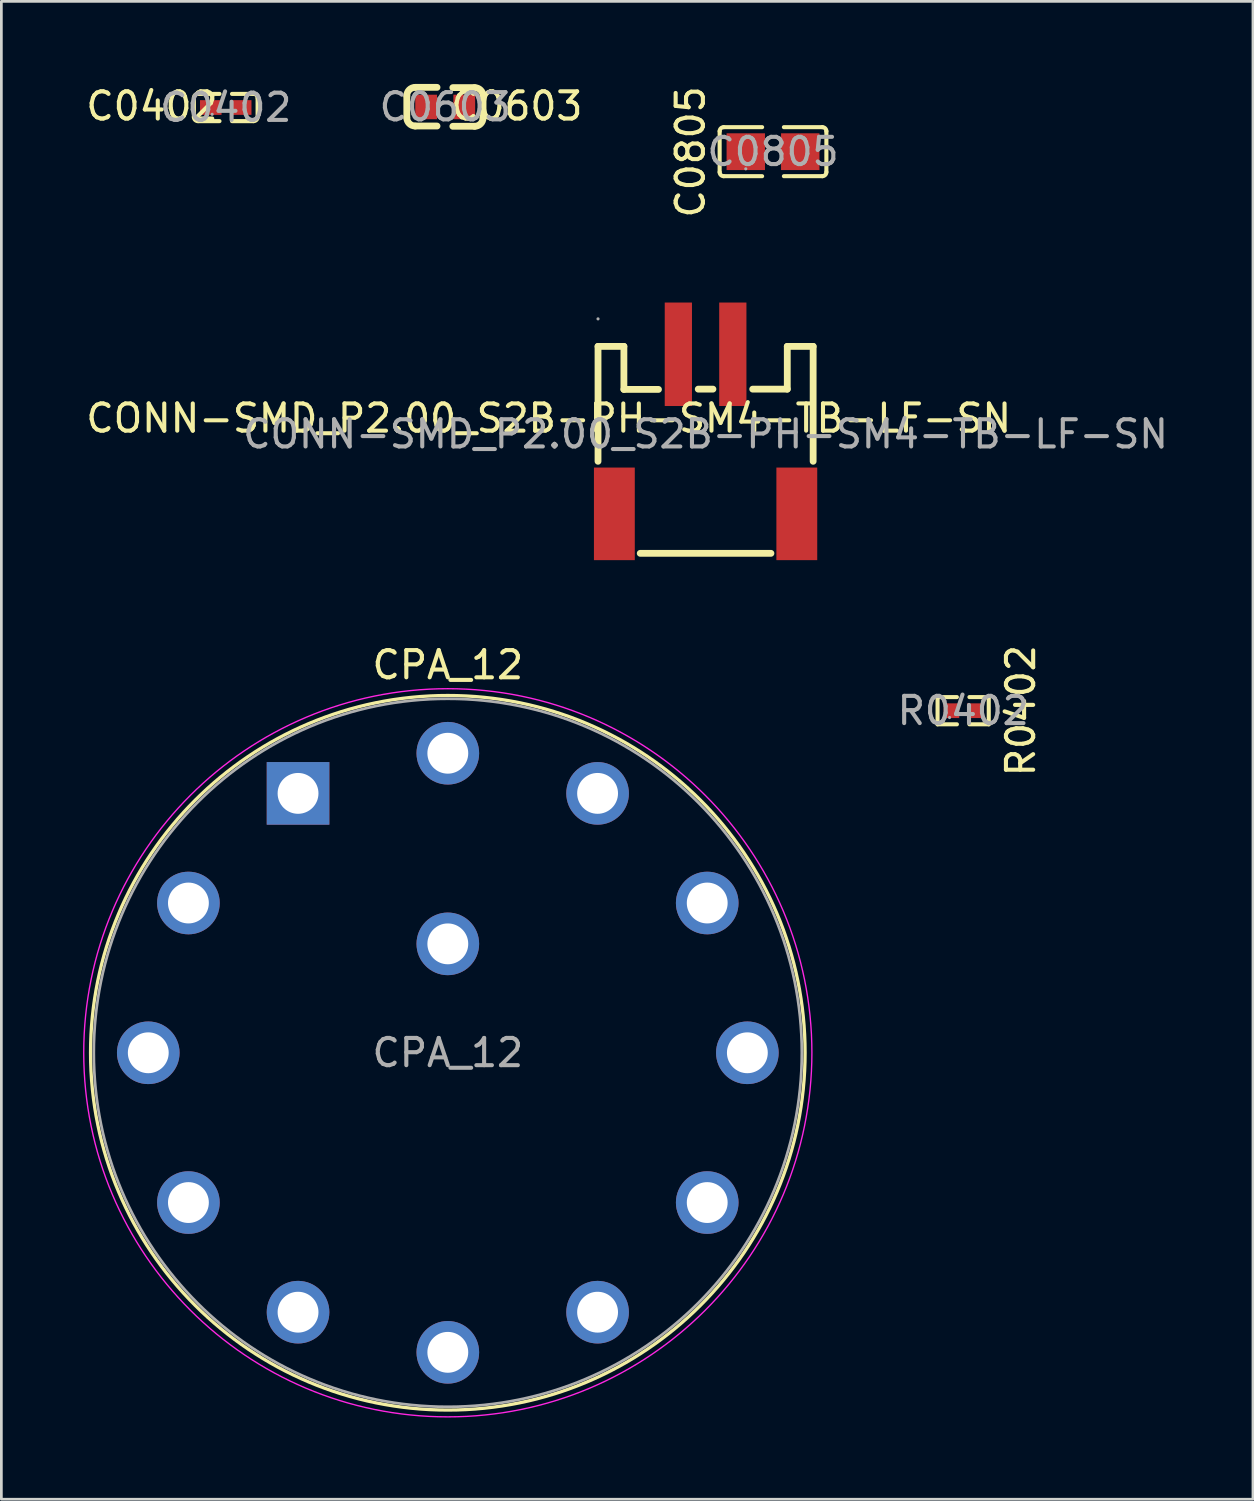
<source format=kicad_pcb>
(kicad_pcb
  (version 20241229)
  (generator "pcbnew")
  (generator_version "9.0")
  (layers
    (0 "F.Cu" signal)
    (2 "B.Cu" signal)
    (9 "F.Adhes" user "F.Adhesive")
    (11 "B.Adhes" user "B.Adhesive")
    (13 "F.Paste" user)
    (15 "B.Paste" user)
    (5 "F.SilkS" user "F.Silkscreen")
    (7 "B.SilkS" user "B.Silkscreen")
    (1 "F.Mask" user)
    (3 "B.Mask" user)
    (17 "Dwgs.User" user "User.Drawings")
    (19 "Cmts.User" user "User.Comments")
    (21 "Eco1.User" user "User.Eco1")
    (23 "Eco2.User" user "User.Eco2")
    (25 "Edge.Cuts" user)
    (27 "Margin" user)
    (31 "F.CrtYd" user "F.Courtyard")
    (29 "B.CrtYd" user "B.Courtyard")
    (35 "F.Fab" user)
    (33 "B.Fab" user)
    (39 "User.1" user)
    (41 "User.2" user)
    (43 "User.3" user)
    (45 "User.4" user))
  (footprint "R0402"
    (layer "F.Cu")
    (at 32.32 23.049)
    (property "Reference" "R0402" (at 2.116 0 90) (layer "F.SilkS") (effects (font (size 1 1) (thickness 0.15))))
    (attr smd)
    (fp_line (start -0.94 -0.5) (end -0.23 -0.5) (stroke (width 0.15) (type solid)) (layer "F.SilkS"))
    (fp_line (start -0.94 0.5) (end -0.94 -0.5) (stroke (width 0.15) (type solid)) (layer "F.SilkS"))
    (fp_line (start -0.23 0.5) (end -0.94 0.5) (stroke (width 0.15) (type solid)) (layer "F.SilkS"))
    (fp_line (start 0.23 0.5) (end 0.94 0.5) (stroke (width 0.15) (type solid)) (layer "F.SilkS"))
    (fp_line (start 0.94 -0.5) (end 0.23 -0.5) (stroke (width 0.15) (type solid)) (layer "F.SilkS"))
    (fp_line (start 0.94 0.5) (end 0.94 -0.5) (stroke (width 0.15) (type solid)) (layer "F.SilkS"))
    (fp_circle (center -0.5 0.25) (end -0.47 0.25) (stroke (width 0.06) (type solid)) (fill no) (layer "F.Fab"))
    (fp_text user "${REFERENCE}" (at 0 0 0) (layer "F.Fab") (effects (font (size 1 1) (thickness 0.15))))
    (pad "1" smd rect (at -0.43 0) (size 0.57 0.54) (layers "F.Cu" "F.Mask" "F.Paste"))
    (pad "2" smd rect (at 0.43 0) (size 0.57 0.54) (layers "F.Cu" "F.Mask" "F.Paste")))
  (footprint "C0603"
    (layer "F.Cu")
    (at 13.299 0.878)
    (property "Reference" "C0603" (at 2.63 -0.03 0) (layer "F.SilkS") (effects (font (size 1 1) (thickness 0.15))))
    (attr smd)
    (fp_line (start -1.41 -0.41) (end -1.41 0.39) (stroke (width 0.25) (type solid)) (layer "F.SilkS"))
    (fp_line (start -0.3 -0.72) (end -1.1 -0.72) (stroke (width 0.25) (type solid)) (layer "F.SilkS"))
    (fp_line (start -0.3 0.7) (end -1.1 0.7) (stroke (width 0.25) (type solid)) (layer "F.SilkS"))
    (fp_line (start 0.28 -0.71) (end 1.08 -0.71) (stroke (width 0.25) (type solid)) (layer "F.SilkS"))
    (fp_line (start 0.28 0.71) (end 1.08 0.71) (stroke (width 0.25) (type solid)) (layer "F.SilkS"))
    (fp_line (start 1.39 -0.4) (end 1.39 0.4) (stroke (width 0.25) (type solid)) (layer "F.SilkS"))
    (fp_arc (start -1.41 -0.41) (mid -1.319203 -0.629203) (end -1.1 -0.72) (stroke (width 0.25) (type solid)) (layer "F.SilkS"))
    (fp_arc (start -1.1 0.7) (mid -1.319203 0.609203) (end -1.41 0.39) (stroke (width 0.25) (type solid)) (layer "F.SilkS"))
    (fp_arc (start 1.08 -0.71) (mid 1.299203 -0.619203) (end 1.39 -0.4) (stroke (width 0.25) (type solid)) (layer "F.SilkS"))
    (fp_arc (start 1.39 0.4) (mid 1.299203 0.619203) (end 1.08 0.71) (stroke (width 0.25) (type solid)) (layer "F.SilkS"))
    (fp_circle (center -0.8 0.4) (end -0.77 0.4) (stroke (width 0.06) (type solid)) (fill no) (layer "F.Fab"))
    (fp_text user "${REFERENCE}" (at 0 0 0) (layer "F.Fab") (effects (font (size 1 1) (thickness 0.15))))
    (pad "1" smd rect (at -0.7 0) (size 0.8 0.9) (layers "F.Cu" "F.Mask" "F.Paste"))
    (pad "2" smd rect (at 0.7 0) (size 0.8 0.9) (layers "F.Cu" "F.Mask" "F.Paste")))
  (footprint "CONN-SMD_P2.00_S2B-PH-SM4-TB-LF-SN"
    (layer "F.Cu")
    (at 22.861 12.89)
    (property "Reference" "CONN-SMD_P2.00_S2B-PH-SM4-TB-LF-SN" (at -5.76 -0.58 0) (layer "F.SilkS") (effects (font (size 1 1) (thickness 0.15))))
    (attr smd)
    (fp_line (start -3.95 -3.22) (end -3.95 1) (stroke (width 0.25) (type solid)) (layer "F.SilkS"))
    (fp_line (start -3 -3.22) (end -3.95 -3.22) (stroke (width 0.25) (type solid)) (layer "F.SilkS"))
    (fp_line (start -3 -1.64) (end -3 -3.22) (stroke (width 0.25) (type solid)) (layer "F.SilkS"))
    (fp_line (start -1.73 -1.64) (end -3 -1.64) (stroke (width 0.25) (type solid)) (layer "F.SilkS"))
    (fp_line (start 0.27 -1.65) (end -0.27 -1.65) (stroke (width 0.25) (type solid)) (layer "F.SilkS"))
    (fp_line (start 2.4 4.38) (end -2.4 4.38) (stroke (width 0.25) (type solid)) (layer "F.SilkS"))
    (fp_line (start 3 -3.22) (end 3 -1.65) (stroke (width 0.25) (type solid)) (layer "F.SilkS"))
    (fp_line (start 3 -1.65) (end 1.73 -1.65) (stroke (width 0.25) (type solid)) (layer "F.SilkS"))
    (fp_line (start 3.95 -3.22) (end 3 -3.22) (stroke (width 0.25) (type solid)) (layer "F.SilkS"))
    (fp_line (start 3.95 -3.22) (end 3.95 1) (stroke (width 0.25) (type solid)) (layer "F.SilkS"))
    (fp_circle (center -3.95 -4.23) (end -3.92 -4.23) (stroke (width 0.06) (type solid)) (fill no) (layer "F.Fab"))
    (fp_text user "${REFERENCE}" (at 0 0 0) (layer "F.Fab") (effects (font (size 1 1) (thickness 0.15))))
    (pad "1" smd rect (at -1 -2.93) (size 1 3.8) (layers "F.Cu" "F.Mask" "F.Paste"))
    (pad "2" smd rect (at 1 -2.93) (size 1 3.8) (layers "F.Cu" "F.Mask" "F.Paste"))
    (pad "3" smd rect (at 3.35 2.93) (size 1.5 3.4) (layers "F.Cu" "F.Mask" "F.Paste"))
    (pad "4" smd rect (at -3.35 2.93) (size 1.5 3.4) (layers "F.Cu" "F.Mask" "F.Paste")))
  (footprint "C0805"
    (layer "F.Cu")
    (at 25.337 2.52)
    (property "Reference" "C0805" (at -3.03 0.01 90) (layer "F.SilkS") (effects (font (size 1 1) (thickness 0.15))))
    (attr smd)
    (fp_line (start -1.96 0.75) (end -1.96 -0.75) (stroke (width 0.15) (type solid)) (layer "F.SilkS"))
    (fp_line (start -1.81 -0.9) (end -0.4 -0.9) (stroke (width 0.15) (type solid)) (layer "F.SilkS"))
    (fp_line (start -0.4 0.9) (end -1.81 0.9) (stroke (width 0.15) (type solid)) (layer "F.SilkS"))
    (fp_line (start 0.4 0.9) (end 1.81 0.9) (stroke (width 0.15) (type solid)) (layer "F.SilkS"))
    (fp_line (start 1.81 -0.9) (end 0.4 -0.9) (stroke (width 0.15) (type solid)) (layer "F.SilkS"))
    (fp_line (start 1.96 0.75) (end 1.96 -0.75) (stroke (width 0.15) (type solid)) (layer "F.SilkS"))
    (fp_arc (start -1.96 -0.75) (mid -1.916066 -0.856066) (end -1.81 -0.9) (stroke (width 0.15) (type solid)) (layer "F.SilkS"))
    (fp_arc (start -1.81 0.9) (mid -1.916066 0.856066) (end -1.96 0.75) (stroke (width 0.15) (type solid)) (layer "F.SilkS"))
    (fp_arc (start 1.81 -0.9) (mid 1.916066 -0.856066) (end 1.96 -0.75) (stroke (width 0.15) (type solid)) (layer "F.SilkS"))
    (fp_arc (start 1.96 0.75) (mid 1.916066 0.856066) (end 1.81 0.9) (stroke (width 0.15) (type solid)) (layer "F.SilkS"))
    (fp_circle (center -1 0.63) (end -0.97 0.63) (stroke (width 0.06) (type solid)) (fill no) (layer "F.Fab"))
    (fp_text user "${REFERENCE}" (at 0 0 0) (layer "F.Fab") (effects (font (size 1 1) (thickness 0.15))))
    (pad "1" smd rect (at -1 0) (size 1.41 1.35) (layers "F.Cu" "F.Mask" "F.Paste"))
    (pad "2" smd rect (at 1 0) (size 1.41 1.35) (layers "F.Cu" "F.Mask" "F.Paste")))
  (footprint "CPA_12"
    (layer "F.Cu")
    (at 13.395 35.611)
    (property "Reference" "CPA_12" (at 0 -14.243 0) (layer "F.SilkS") (effects (font (size 1 1) (thickness 0.15))))
    (fp_circle (center 0 0) (end 0 13.12) (stroke (width 0.12) (type default)) (fill no) (layer "F.SilkS"))
    (fp_circle (center 0 0) (end 0 13.37) (stroke (width 0.05) (type default)) (fill no) (layer "F.CrtYd"))
    (fp_circle (center 0 0) (end 0 13) (stroke (width 0.1) (type default)) (fill no) (layer "F.Fab"))
    (fp_text user "${REFERENCE}" (at 0 0 0) (layer "F.Fab") (effects (font (size 1 1) (thickness 0.15))))
    (pad "1" thru_hole rect (at -5.5 -9.526) (size 2.3 2.3) (drill 1.5) (layers "*.Cu" "*.Mask") (remove_unused_layers yes) (keep_end_layers yes) (zone_layer_connections))
    (pad "2" thru_hole oval (at 0 -11) (size 2.3 2.3) (drill 1.5) (layers "*.Cu" "*.Mask") (remove_unused_layers yes) (keep_end_layers yes) (zone_layer_connections))
    (pad "3" thru_hole oval (at 5.5 -9.526) (size 2.3 2.3) (drill 1.5) (layers "*.Cu" "*.Mask") (remove_unused_layers yes) (keep_end_layers yes) (zone_layer_connections))
    (pad "4" thru_hole oval (at 9.526 -5.5) (size 2.3 2.3) (drill 1.5) (layers "*.Cu" "*.Mask") (remove_unused_layers yes) (keep_end_layers yes) (zone_layer_connections))
    (pad "5" thru_hole oval (at 11 0) (size 2.3 2.3) (drill 1.5) (layers "*.Cu" "*.Mask") (remove_unused_layers yes) (keep_end_layers yes) (zone_layer_connections))
    (pad "6" thru_hole oval (at 9.526 5.5) (size 2.3 2.3) (drill 1.5) (layers "*.Cu" "*.Mask") (remove_unused_layers yes) (keep_end_layers yes) (zone_layer_connections))
    (pad "7" thru_hole oval (at 5.5 9.526) (size 2.3 2.3) (drill 1.5) (layers "*.Cu" "*.Mask") (remove_unused_layers yes) (keep_end_layers yes) (zone_layer_connections))
    (pad "8" thru_hole oval (at 0 11) (size 2.3 2.3) (drill 1.5) (layers "*.Cu" "*.Mask") (remove_unused_layers yes) (keep_end_layers yes) (zone_layer_connections))
    (pad "9" thru_hole oval (at -5.5 9.526) (size 2.3 2.3) (drill 1.5) (layers "*.Cu" "*.Mask") (remove_unused_layers yes) (keep_end_layers yes) (zone_layer_connections))
    (pad "10" thru_hole oval (at -9.526 5.5) (size 2.3 2.3) (drill 1.5) (layers "*.Cu" "*.Mask") (remove_unused_layers yes) (keep_end_layers yes) (zone_layer_connections))
    (pad "11" thru_hole oval (at -11 0) (size 2.3 2.3) (drill 1.5) (layers "*.Cu" "*.Mask") (remove_unused_layers yes) (keep_end_layers yes) (zone_layer_connections))
    (pad "12" thru_hole oval (at -9.526 -5.5) (size 2.3 2.3) (drill 1.5) (layers "*.Cu" "*.Mask") (remove_unused_layers yes) (keep_end_layers yes) (zone_layer_connections))
    (pad "13" thru_hole oval (at 0 -4) (size 2.3 2.3) (drill 1.5) (layers "*.Cu" "*.Mask") (remove_unused_layers yes) (keep_end_layers yes) (zone_layer_connections)))
  (footprint "C0402"
    (layer "F.Cu")
    (at 5.24 0.898)
    (property "Reference" "C0402" (at -2.71 -0.05 0) (layer "F.SilkS") (effects (font (size 1 1) (thickness 0.15))))
    (attr smd)
    (fp_line (start -1.17 0.35) (end -1.17 -0.35) (stroke (width 0.15) (type solid)) (layer "F.SilkS"))
    (fp_line (start -1.02 -0.5) (end -0.23 -0.5) (stroke (width 0.15) (type solid)) (layer "F.SilkS"))
    (fp_line (start -0.23 0.5) (end -1.02 0.5) (stroke (width 0.15) (type solid)) (layer "F.SilkS"))
    (fp_line (start 0.23 0.5) (end 1.02 0.5) (stroke (width 0.15) (type solid)) (layer "F.SilkS"))
    (fp_line (start 1.02 -0.5) (end 0.23 -0.5) (stroke (width 0.15) (type solid)) (layer "F.SilkS"))
    (fp_line (start 1.17 0.35) (end 1.17 -0.35) (stroke (width 0.15) (type solid)) (layer "F.SilkS"))
    (fp_arc (start -1.17 -0.35) (mid -1.126066 -0.456066) (end -1.02 -0.5) (stroke (width 0.15) (type solid)) (layer "F.SilkS"))
    (fp_arc (start -1.02 0.5) (mid -1.126066 0.456066) (end -1.17 0.35) (stroke (width 0.15) (type solid)) (layer "F.SilkS"))
    (fp_arc (start 1.02 -0.5) (mid 1.126066 -0.456066) (end 1.17 -0.35) (stroke (width 0.15) (type solid)) (layer "F.SilkS"))
    (fp_arc (start 1.17 0.35) (mid 1.126066 0.456066) (end 1.02 0.5) (stroke (width 0.15) (type solid)) (layer "F.SilkS"))
    (fp_circle (center -0.5 0.25) (end -0.47 0.25) (stroke (width 0.06) (type solid)) (fill no) (layer "F.Fab"))
    (fp_text user "${REFERENCE}" (at 0 0 0) (layer "F.Fab") (effects (font (size 1 1) (thickness 0.15))))
    (pad "1" smd rect (at -0.55 0) (size 0.79 0.54) (layers "F.Cu" "F.Mask" "F.Paste"))
    (pad "2" smd rect (at 0.55 0) (size 0.79 0.54) (layers "F.Cu" "F.Mask" "F.Paste")))
  (gr_rect
    (start -3 -3)
    (end 42.962 52.006)
    (stroke (width 0.1) (type default))
    (fill no)
    (layer "Edge.Cuts")))
</source>
